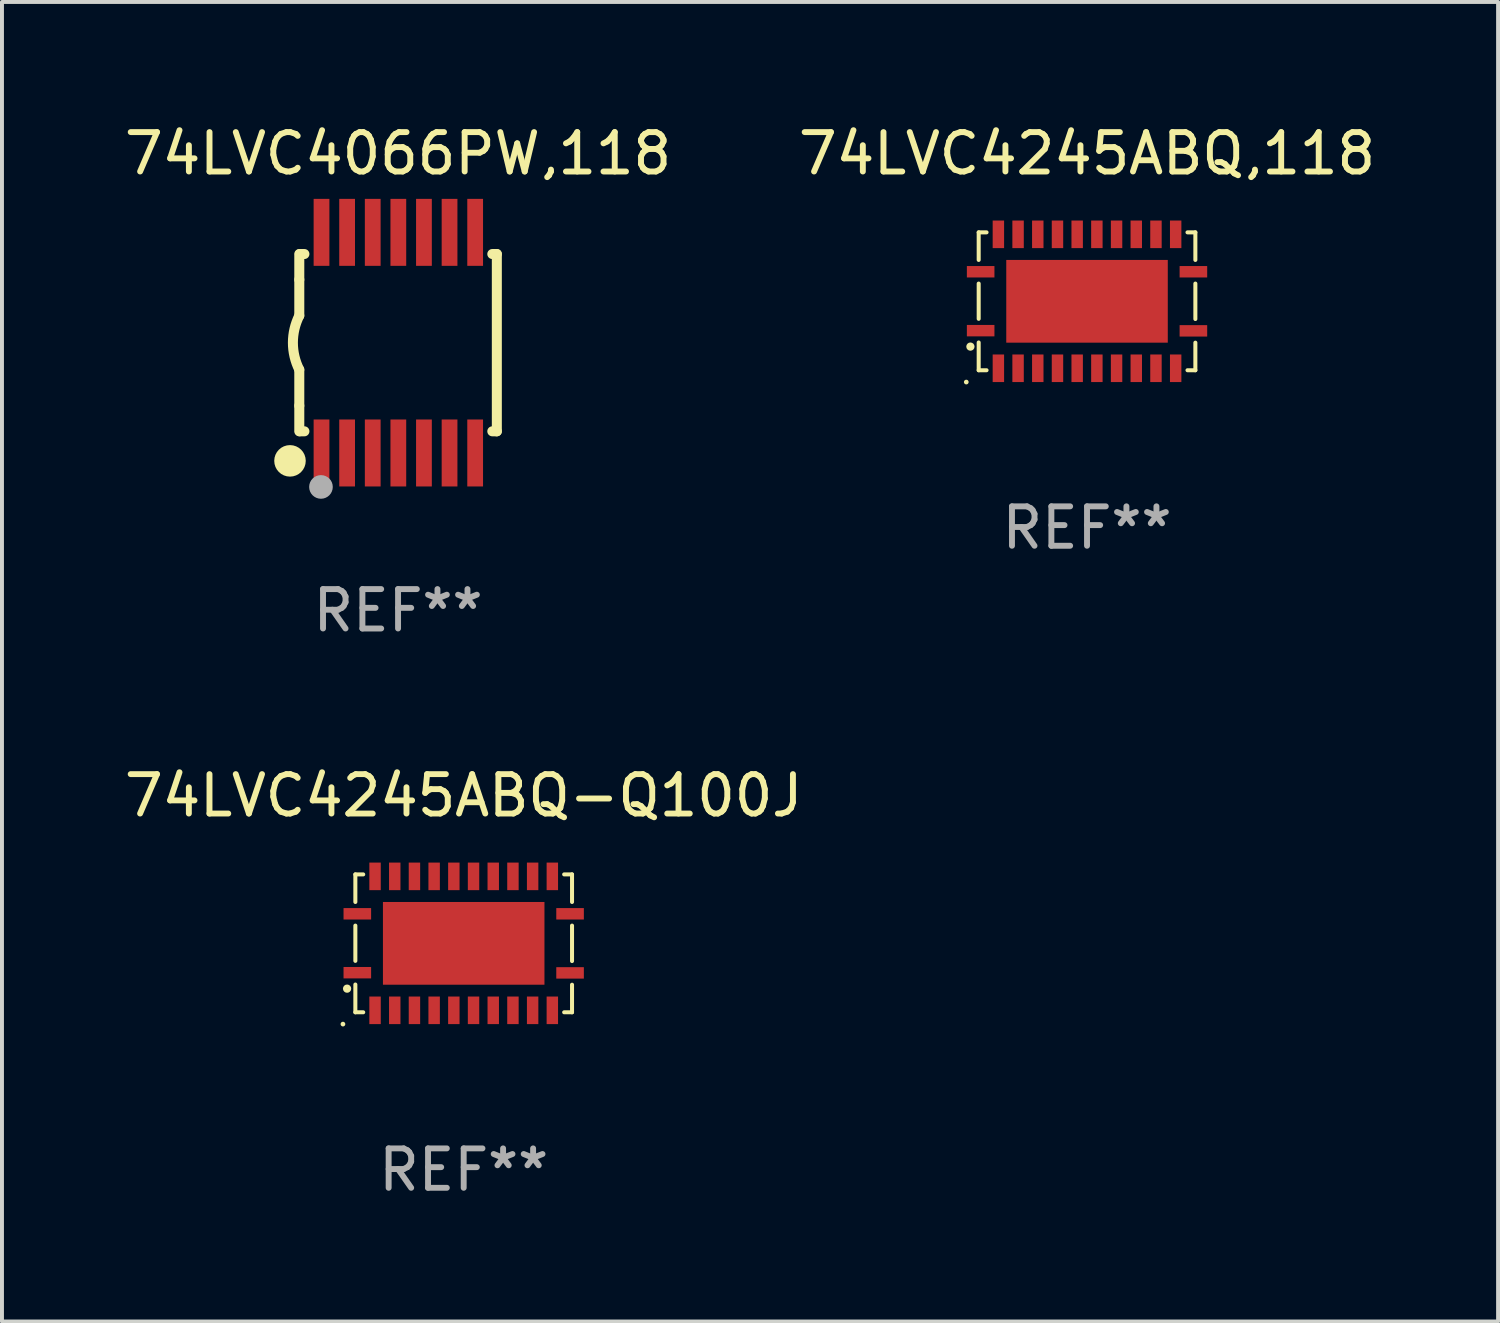
<source format=kicad_pcb>
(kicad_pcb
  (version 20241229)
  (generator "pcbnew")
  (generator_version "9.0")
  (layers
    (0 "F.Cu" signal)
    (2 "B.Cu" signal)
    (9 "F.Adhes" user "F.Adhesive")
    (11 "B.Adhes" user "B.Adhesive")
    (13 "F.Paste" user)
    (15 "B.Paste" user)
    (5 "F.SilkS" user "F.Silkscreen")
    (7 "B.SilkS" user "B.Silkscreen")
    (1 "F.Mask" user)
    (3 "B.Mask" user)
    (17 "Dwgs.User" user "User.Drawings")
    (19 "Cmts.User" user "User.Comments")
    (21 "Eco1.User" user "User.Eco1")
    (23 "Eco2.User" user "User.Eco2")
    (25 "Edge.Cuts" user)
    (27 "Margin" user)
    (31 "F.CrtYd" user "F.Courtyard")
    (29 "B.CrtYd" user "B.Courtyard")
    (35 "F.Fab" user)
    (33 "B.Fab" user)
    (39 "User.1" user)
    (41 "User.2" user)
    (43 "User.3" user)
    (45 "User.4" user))
  (footprint "74LVC4245ABQ,118"
    (layer "F.Cu")
    (at 24.542 4.598)
    (property "Reference" "74LVC4245ABQ,118" (at 0 -3.75 0) (layer "F.SilkS") (effects (font (size 1 1) (thickness 0.15))))
    (attr through_hole)
    (fp_line (start -2.75 -1.75) (end -2.75 -1.05) (stroke (width 0.102) (type solid)) (layer "F.SilkS"))
    (fp_line (start -2.75 -1.75) (end -2.55 -1.75) (stroke (width 0.102) (type solid)) (layer "F.SilkS"))
    (fp_line (start -2.75 -0.45) (end -2.75 0.445) (stroke (width 0.102) (type solid)) (layer "F.SilkS"))
    (fp_line (start -2.75 1.75) (end -2.75 1.045) (stroke (width 0.102) (type solid)) (layer "F.SilkS"))
    (fp_line (start -2.55 1.75) (end -2.75 1.75) (stroke (width 0.102) (type solid)) (layer "F.SilkS"))
    (fp_line (start 2.55 -1.75) (end 2.75 -1.75) (stroke (width 0.102) (type solid)) (layer "F.SilkS"))
    (fp_line (start 2.75 -1.75) (end 2.75 -1.05) (stroke (width 0.102) (type solid)) (layer "F.SilkS"))
    (fp_line (start 2.75 -0.45) (end 2.75 0.45) (stroke (width 0.102) (type solid)) (layer "F.SilkS"))
    (fp_line (start 2.75 1.05) (end 2.75 1.75) (stroke (width 0.102) (type solid)) (layer "F.SilkS"))
    (fp_line (start 2.75 1.75) (end 2.55 1.75) (stroke (width 0.102) (type solid)) (layer "F.SilkS"))
    (fp_circle (center -3.065 2.05) (end -3.035 2.05) (stroke (width 0.06) (type solid)) (fill no) (layer "F.SilkS"))
    (fp_circle (center -2.96 1.15) (end -2.906 1.15) (stroke (width 0.102) (type solid)) (fill no) (layer "F.SilkS"))
    (fp_text user "REF**" (at 0 5.75 0) (layer "F.Fab") (effects (font (size 1 1) (thickness 0.15))))
    (pad "1" smd rect (at -2.7 0.745 90) (size 0.29 0.7) (layers "F.Cu" "F.Mask" "F.Paste"))
    (pad "2" smd rect (at -2.25 1.7) (size 0.29 0.7) (layers "F.Cu" "F.Mask" "F.Paste"))
    (pad "3" smd rect (at -1.75 1.7) (size 0.29 0.7) (layers "F.Cu" "F.Mask" "F.Paste"))
    (pad "4" smd rect (at -1.25 1.7) (size 0.29 0.7) (layers "F.Cu" "F.Mask" "F.Paste"))
    (pad "5" smd rect (at -0.75 1.7) (size 0.29 0.7) (layers "F.Cu" "F.Mask" "F.Paste"))
    (pad "6" smd rect (at -0.25 1.7) (size 0.29 0.7) (layers "F.Cu" "F.Mask" "F.Paste"))
    (pad "7" smd rect (at 0.25 1.7) (size 0.29 0.7) (layers "F.Cu" "F.Mask" "F.Paste"))
    (pad "8" smd rect (at 0.75 1.7) (size 0.29 0.7) (layers "F.Cu" "F.Mask" "F.Paste"))
    (pad "9" smd rect (at 1.25 1.7) (size 0.29 0.7) (layers "F.Cu" "F.Mask" "F.Paste"))
    (pad "10" smd rect (at 1.75 1.7) (size 0.29 0.7) (layers "F.Cu" "F.Mask" "F.Paste"))
    (pad "11" smd rect (at 2.25 1.7) (size 0.29 0.7) (layers "F.Cu" "F.Mask" "F.Paste"))
    (pad "12" smd rect (at 2.7 0.75 90) (size 0.29 0.7) (layers "F.Cu" "F.Mask" "F.Paste"))
    (pad "13" smd rect (at 2.7 -0.75 90) (size 0.29 0.7) (layers "F.Cu" "F.Mask" "F.Paste"))
    (pad "14" smd rect (at 2.25 -1.7 180) (size 0.29 0.7) (layers "F.Cu" "F.Mask" "F.Paste"))
    (pad "15" smd rect (at 1.75 -1.7 180) (size 0.29 0.7) (layers "F.Cu" "F.Mask" "F.Paste"))
    (pad "16" smd rect (at 1.25 -1.7 180) (size 0.29 0.7) (layers "F.Cu" "F.Mask" "F.Paste"))
    (pad "17" smd rect (at 0.75 -1.7 180) (size 0.29 0.7) (layers "F.Cu" "F.Mask" "F.Paste"))
    (pad "18" smd rect (at 0.25 -1.7 180) (size 0.29 0.7) (layers "F.Cu" "F.Mask" "F.Paste"))
    (pad "19" smd rect (at -0.25 -1.7 180) (size 0.29 0.7) (layers "F.Cu" "F.Mask" "F.Paste"))
    (pad "20" smd rect (at -0.75 -1.7 180) (size 0.29 0.7) (layers "F.Cu" "F.Mask" "F.Paste"))
    (pad "21" smd rect (at -1.25 -1.7 180) (size 0.29 0.7) (layers "F.Cu" "F.Mask" "F.Paste"))
    (pad "22" smd rect (at -1.75 -1.7 180) (size 0.29 0.7) (layers "F.Cu" "F.Mask" "F.Paste"))
    (pad "23" smd rect (at -2.25 -1.7 180) (size 0.29 0.7) (layers "F.Cu" "F.Mask" "F.Paste"))
    (pad "24" smd rect (at -2.7 -0.75 270) (size 0.29 0.7) (layers "F.Cu" "F.Mask" "F.Paste"))
    (pad "25" smd rect (at 0 0) (size 4.1 2.1) (layers "F.Cu" "F.Mask" "F.Paste")))
  (footprint "74LVC4245ABQ-Q100J"
    (layer "F.Cu")
    (at 8.72 20.895)
    (property "Reference" "74LVC4245ABQ-Q100J" (at 0 -3.75 0) (layer "F.SilkS") (effects (font (size 1 1) (thickness 0.15))))
    (attr through_hole)
    (fp_line (start -2.75 -1.75) (end -2.75 -1.05) (stroke (width 0.102) (type solid)) (layer "F.SilkS"))
    (fp_line (start -2.75 -1.75) (end -2.55 -1.75) (stroke (width 0.102) (type solid)) (layer "F.SilkS"))
    (fp_line (start -2.75 -0.45) (end -2.75 0.445) (stroke (width 0.102) (type solid)) (layer "F.SilkS"))
    (fp_line (start -2.75 1.75) (end -2.75 1.045) (stroke (width 0.102) (type solid)) (layer "F.SilkS"))
    (fp_line (start -2.55 1.75) (end -2.75 1.75) (stroke (width 0.102) (type solid)) (layer "F.SilkS"))
    (fp_line (start 2.55 -1.75) (end 2.75 -1.75) (stroke (width 0.102) (type solid)) (layer "F.SilkS"))
    (fp_line (start 2.75 -1.75) (end 2.75 -1.05) (stroke (width 0.102) (type solid)) (layer "F.SilkS"))
    (fp_line (start 2.75 -0.45) (end 2.75 0.45) (stroke (width 0.102) (type solid)) (layer "F.SilkS"))
    (fp_line (start 2.75 1.05) (end 2.75 1.75) (stroke (width 0.102) (type solid)) (layer "F.SilkS"))
    (fp_line (start 2.75 1.75) (end 2.55 1.75) (stroke (width 0.102) (type solid)) (layer "F.SilkS"))
    (fp_circle (center -3.065 2.05) (end -3.035 2.05) (stroke (width 0.06) (type solid)) (fill no) (layer "F.SilkS"))
    (fp_circle (center -2.96 1.15) (end -2.906 1.15) (stroke (width 0.102) (type solid)) (fill no) (layer "F.SilkS"))
    (fp_text user "REF**" (at 0 5.75 0) (layer "F.Fab") (effects (font (size 1 1) (thickness 0.15))))
    (pad "1" smd rect (at -2.7 0.745 90) (size 0.29 0.7) (layers "F.Cu" "F.Mask" "F.Paste"))
    (pad "2" smd rect (at -2.25 1.7) (size 0.29 0.7) (layers "F.Cu" "F.Mask" "F.Paste"))
    (pad "3" smd rect (at -1.75 1.7) (size 0.29 0.7) (layers "F.Cu" "F.Mask" "F.Paste"))
    (pad "4" smd rect (at -1.25 1.7) (size 0.29 0.7) (layers "F.Cu" "F.Mask" "F.Paste"))
    (pad "5" smd rect (at -0.75 1.7) (size 0.29 0.7) (layers "F.Cu" "F.Mask" "F.Paste"))
    (pad "6" smd rect (at -0.25 1.7) (size 0.29 0.7) (layers "F.Cu" "F.Mask" "F.Paste"))
    (pad "7" smd rect (at 0.25 1.7) (size 0.29 0.7) (layers "F.Cu" "F.Mask" "F.Paste"))
    (pad "8" smd rect (at 0.75 1.7) (size 0.29 0.7) (layers "F.Cu" "F.Mask" "F.Paste"))
    (pad "9" smd rect (at 1.25 1.7) (size 0.29 0.7) (layers "F.Cu" "F.Mask" "F.Paste"))
    (pad "10" smd rect (at 1.75 1.7) (size 0.29 0.7) (layers "F.Cu" "F.Mask" "F.Paste"))
    (pad "11" smd rect (at 2.25 1.7) (size 0.29 0.7) (layers "F.Cu" "F.Mask" "F.Paste"))
    (pad "12" smd rect (at 2.7 0.75 90) (size 0.29 0.7) (layers "F.Cu" "F.Mask" "F.Paste"))
    (pad "13" smd rect (at 2.7 -0.75 90) (size 0.29 0.7) (layers "F.Cu" "F.Mask" "F.Paste"))
    (pad "14" smd rect (at 2.25 -1.7 180) (size 0.29 0.7) (layers "F.Cu" "F.Mask" "F.Paste"))
    (pad "15" smd rect (at 1.75 -1.7 180) (size 0.29 0.7) (layers "F.Cu" "F.Mask" "F.Paste"))
    (pad "16" smd rect (at 1.25 -1.7 180) (size 0.29 0.7) (layers "F.Cu" "F.Mask" "F.Paste"))
    (pad "17" smd rect (at 0.75 -1.7 180) (size 0.29 0.7) (layers "F.Cu" "F.Mask" "F.Paste"))
    (pad "18" smd rect (at 0.25 -1.7 180) (size 0.29 0.7) (layers "F.Cu" "F.Mask" "F.Paste"))
    (pad "19" smd rect (at -0.25 -1.7 180) (size 0.29 0.7) (layers "F.Cu" "F.Mask" "F.Paste"))
    (pad "20" smd rect (at -0.75 -1.7 180) (size 0.29 0.7) (layers "F.Cu" "F.Mask" "F.Paste"))
    (pad "21" smd rect (at -1.25 -1.7 180) (size 0.29 0.7) (layers "F.Cu" "F.Mask" "F.Paste"))
    (pad "22" smd rect (at -1.75 -1.7 180) (size 0.29 0.7) (layers "F.Cu" "F.Mask" "F.Paste"))
    (pad "23" smd rect (at -2.25 -1.7 180) (size 0.29 0.7) (layers "F.Cu" "F.Mask" "F.Paste"))
    (pad "24" smd rect (at -2.7 -0.75 270) (size 0.29 0.7) (layers "F.Cu" "F.Mask" "F.Paste"))
    (pad "25" smd rect (at 0 0) (size 4.1 2.1) (layers "F.Cu" "F.Mask" "F.Paste")))
  (footprint "74LVC4066PW,118"
    (layer "F.Cu")
    (at 7.054 5.648)
    (property "Reference" "74LVC4066PW,118" (at 0 -4.8 0) (layer "F.SilkS") (effects (font (size 1 1) (thickness 0.15))))
    (attr through_hole)
    (fp_line (start -2.507 -1.6) (end -2.507 -2.25) (stroke (width 0.254) (type solid)) (layer "F.SilkS"))
    (fp_line (start -2.507 -0.686) (end -2.507 -1.6) (stroke (width 0.254) (type solid)) (layer "F.SilkS"))
    (fp_line (start -2.507 1.6) (end -2.507 0.686) (stroke (width 0.254) (type solid)) (layer "F.SilkS"))
    (fp_line (start -2.507 1.6) (end -2.507 2.25) (stroke (width 0.254) (type solid)) (layer "F.SilkS"))
    (fp_line (start -2.493 -2.25) (end -2.377 -2.25) (stroke (width 0.254) (type solid)) (layer "F.SilkS"))
    (fp_line (start -2.377 2.25) (end -2.493 2.25) (stroke (width 0.254) (type solid)) (layer "F.SilkS"))
    (fp_line (start 2.392 -2.25) (end 2.507 -2.25) (stroke (width 0.254) (type solid)) (layer "F.SilkS"))
    (fp_line (start 2.507 -2.25) (end 2.507 2.25) (stroke (width 0.254) (type solid)) (layer "F.SilkS"))
    (fp_line (start 2.507 2.25) (end 2.392 2.25) (stroke (width 0.254) (type solid)) (layer "F.SilkS"))
    (fp_arc (start -2.507303 0.685802) (mid -2.669199 0) (end -2.507303 -0.685801) (stroke (width 0.254001) (type solid)) (layer "F.SilkS"))
    (fp_circle (center -2.743 3) (end -2.543 3) (stroke (width 0.4) (type solid)) (fill no) (layer "F.SilkS"))
    (fp_circle (center -2.493 3.2) (end -2.463 3.2) (stroke (width 0.06) (type solid)) (fill no) (layer "F.SilkS"))
    (fp_circle (center -1.957 3.662) (end -1.807 3.662) (stroke (width 0.3) (type solid)) (fill no) (layer "F.Fab"))
    (fp_text user "REF**" (at 0 6.8 0) (layer "F.Fab") (effects (font (size 1 1) (thickness 0.15))))
    (pad "1" smd rect (at -1.943 2.8) (size 0.4 1.7) (layers "F.Cu" "F.Mask" "F.Paste"))
    (pad "2" smd rect (at -1.293 2.8) (size 0.4 1.7) (layers "F.Cu" "F.Mask" "F.Paste"))
    (pad "3" smd rect (at -0.643 2.8) (size 0.4 1.7) (layers "F.Cu" "F.Mask" "F.Paste"))
    (pad "4" smd rect (at 0.007 2.8) (size 0.4 1.7) (layers "F.Cu" "F.Mask" "F.Paste"))
    (pad "5" smd rect (at 0.657 2.8) (size 0.4 1.7) (layers "F.Cu" "F.Mask" "F.Paste"))
    (pad "6" smd rect (at 1.307 2.8) (size 0.4 1.7) (layers "F.Cu" "F.Mask" "F.Paste"))
    (pad "7" smd rect (at 1.957 2.8) (size 0.4 1.7) (layers "F.Cu" "F.Mask" "F.Paste"))
    (pad "8" smd rect (at 1.957 -2.8) (size 0.4 1.7) (layers "F.Cu" "F.Mask" "F.Paste"))
    (pad "9" smd rect (at 1.307 -2.8) (size 0.4 1.7) (layers "F.Cu" "F.Mask" "F.Paste"))
    (pad "10" smd rect (at 0.657 -2.8) (size 0.4 1.7) (layers "F.Cu" "F.Mask" "F.Paste"))
    (pad "11" smd rect (at 0.007 -2.8) (size 0.4 1.7) (layers "F.Cu" "F.Mask" "F.Paste"))
    (pad "12" smd rect (at -0.643 -2.8) (size 0.4 1.7) (layers "F.Cu" "F.Mask" "F.Paste"))
    (pad "13" smd rect (at -1.293 -2.8) (size 0.4 1.7) (layers "F.Cu" "F.Mask" "F.Paste"))
    (pad "14" smd rect (at -1.943 -2.8) (size 0.4 1.7) (layers "F.Cu" "F.Mask" "F.Paste")))
  (gr_rect
    (start -3 -3)
    (end 34.976 30.493)
    (stroke (width 0.1) (type default))
    (fill no)
    (layer "Edge.Cuts")))
</source>
